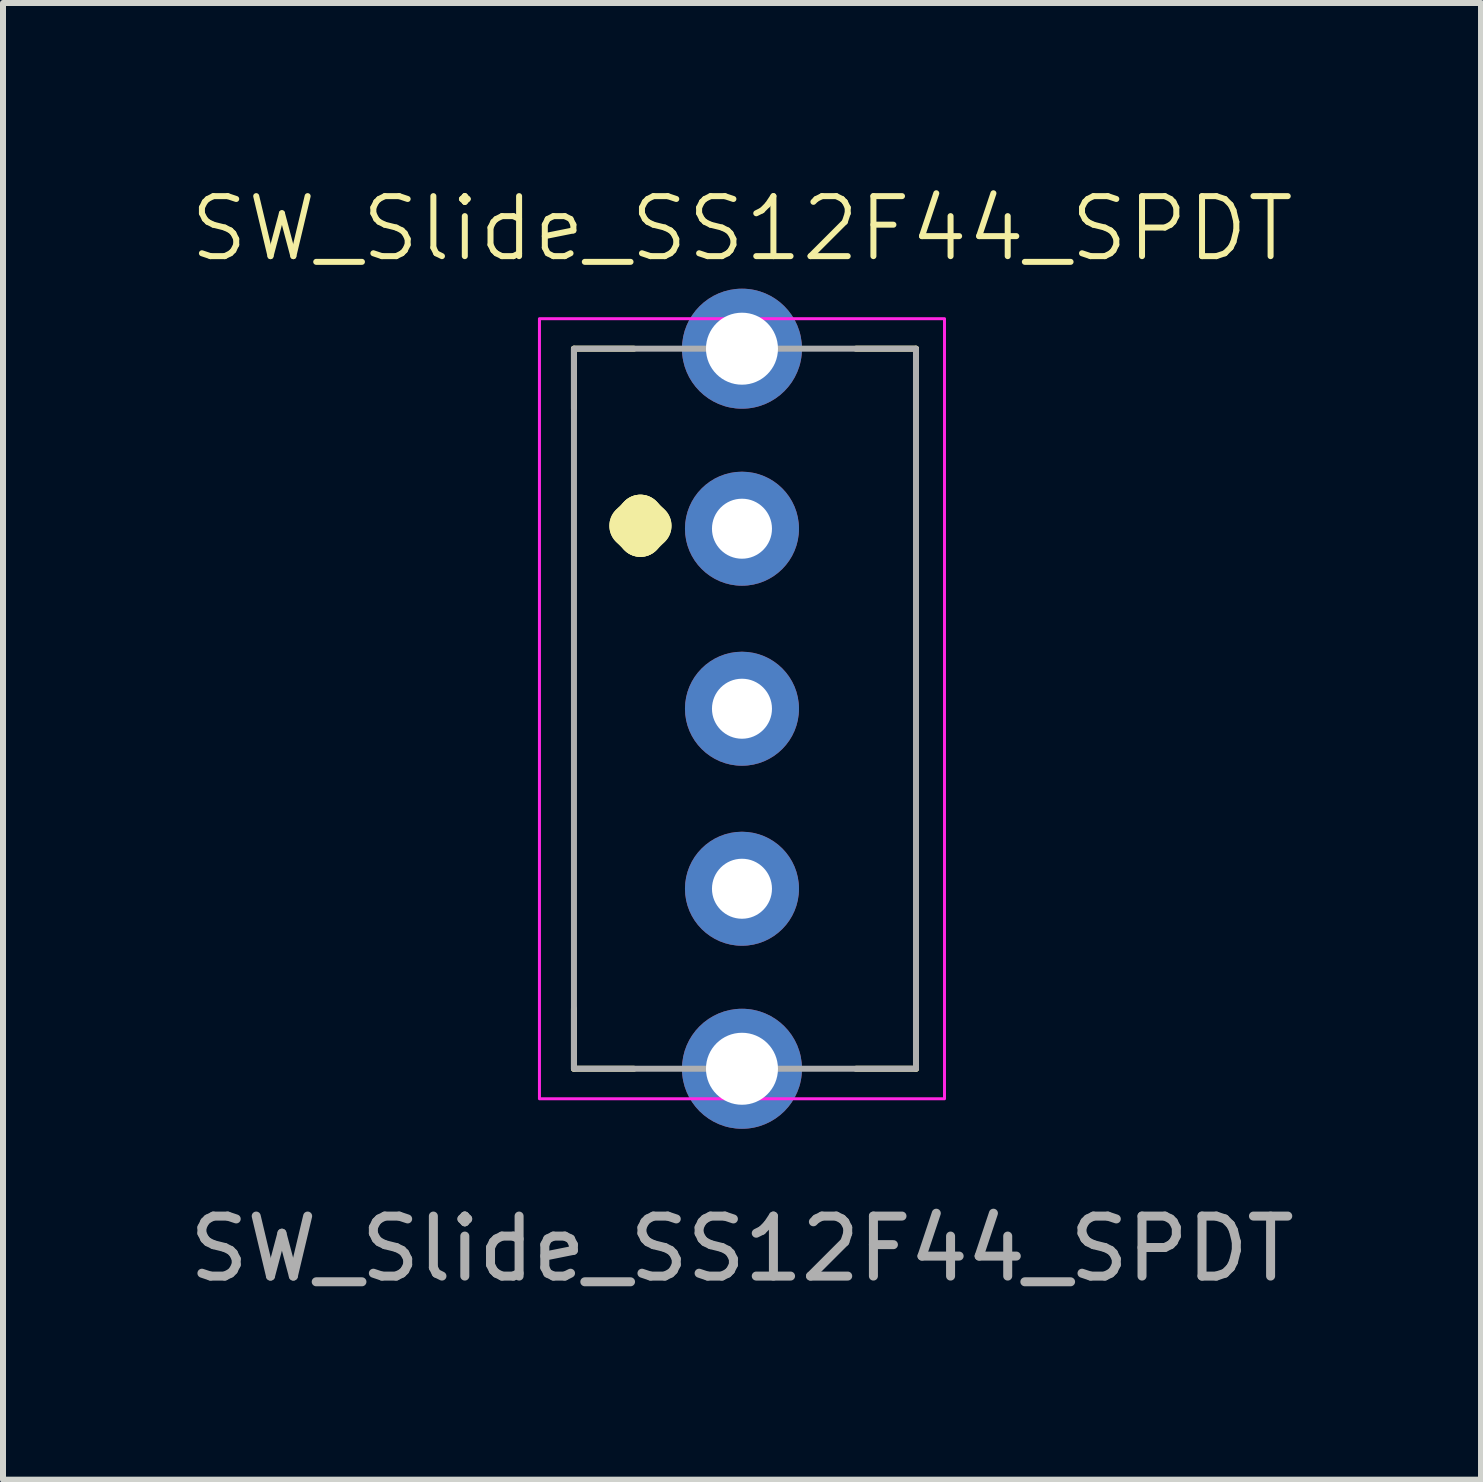
<source format=kicad_pcb>
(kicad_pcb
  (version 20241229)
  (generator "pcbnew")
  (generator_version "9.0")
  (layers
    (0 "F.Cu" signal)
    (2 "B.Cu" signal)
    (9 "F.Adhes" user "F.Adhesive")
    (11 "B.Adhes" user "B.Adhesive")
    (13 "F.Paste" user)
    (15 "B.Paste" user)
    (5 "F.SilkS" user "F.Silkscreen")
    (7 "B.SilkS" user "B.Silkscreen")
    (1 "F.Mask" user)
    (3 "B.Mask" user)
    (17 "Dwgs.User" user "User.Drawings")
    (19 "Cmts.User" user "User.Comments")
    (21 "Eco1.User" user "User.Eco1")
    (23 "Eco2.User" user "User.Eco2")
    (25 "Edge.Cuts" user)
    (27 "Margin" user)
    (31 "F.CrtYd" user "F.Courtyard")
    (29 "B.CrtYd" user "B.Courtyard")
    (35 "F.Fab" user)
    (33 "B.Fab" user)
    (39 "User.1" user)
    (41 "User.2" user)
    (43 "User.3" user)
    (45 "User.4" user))
  (footprint "SW_Slide_SS12F44_SPDT"
    (layer "F.Cu")
    (at 9.315 8.761)
    (property "Reference" "SW_Slide_SS12F44_SPDT" (at 0 -8 0) (unlocked yes) (layer "F.SilkS") (effects (font (size 1 1) (thickness 0.1))))
    (attr smd)
    (fp_line (start -2.8 -6) (end -2.8 -5) (stroke (width 0.1) (type default)) (layer "F.SilkS"))
    (fp_line (start -2.8 -6) (end -1.8 -6) (stroke (width 0.1) (type default)) (layer "F.SilkS"))
    (fp_line (start -2.8 6) (end -2.8 5) (stroke (width 0.1) (type default)) (layer "F.SilkS"))
    (fp_line (start -2.8 6) (end -1.8 6) (stroke (width 0.1) (type default)) (layer "F.SilkS"))
    (fp_line (start 2.9 -6) (end 1.9 -6) (stroke (width 0.1) (type default)) (layer "F.SilkS"))
    (fp_line (start 2.9 -6) (end 2.9 -5) (stroke (width 0.1) (type default)) (layer "F.SilkS"))
    (fp_line (start 2.9 6) (end 1.9 6) (stroke (width 0.1) (type default)) (layer "F.SilkS"))
    (fp_line (start 2.9 6) (end 2.9 5) (stroke (width 0.1) (type default)) (layer "F.SilkS"))
    (fp_rect (start -3.375 -6.5) (end 3.375 6.5) (stroke (width 0.05) (type default)) (fill no) (layer "F.CrtYd"))
    (fp_rect (start -2.8 -6) (end 2.9 6) (stroke (width 0.1) (type default)) (fill no) (layer "F.Fab"))
    (fp_text user "." (at -2.9 -2.5 0) (unlocked yes) (layer "F.SilkS") (effects (font (size 3 3) (thickness 0.75) (bold yes)) (justify left bottom)))
    (fp_text user "${REFERENCE}" (at 0 9 0) (unlocked yes) (layer "F.Fab") (effects (font (size 1 1) (thickness 0.15))))
    (pad "" np_thru_hole circle (at 0 -6) (size 2 2) (drill 1.2) (layers "*.Cu" "*.Mask"))
    (pad "" np_thru_hole circle (at 0 6) (size 2 2) (drill 1.2) (layers "*.Cu" "*.Mask"))
    (pad "1" thru_hole circle (at 0 -3) (size 1.9 1.9) (drill 1) (layers "*.Cu" "*.Mask"))
    (pad "2" thru_hole circle (at 0 0) (size 1.9 1.9) (drill 1) (layers "*.Cu" "*.Mask"))
    (pad "3" thru_hole circle (at 0 3) (size 1.9 1.9) (drill 1) (layers "*.Cu" "*.Mask")))
  (gr_rect
    (start -3 -3)
    (end 21.631 21.609)
    (stroke (width 0.1) (type default))
    (fill no)
    (layer "Edge.Cuts")))
</source>
